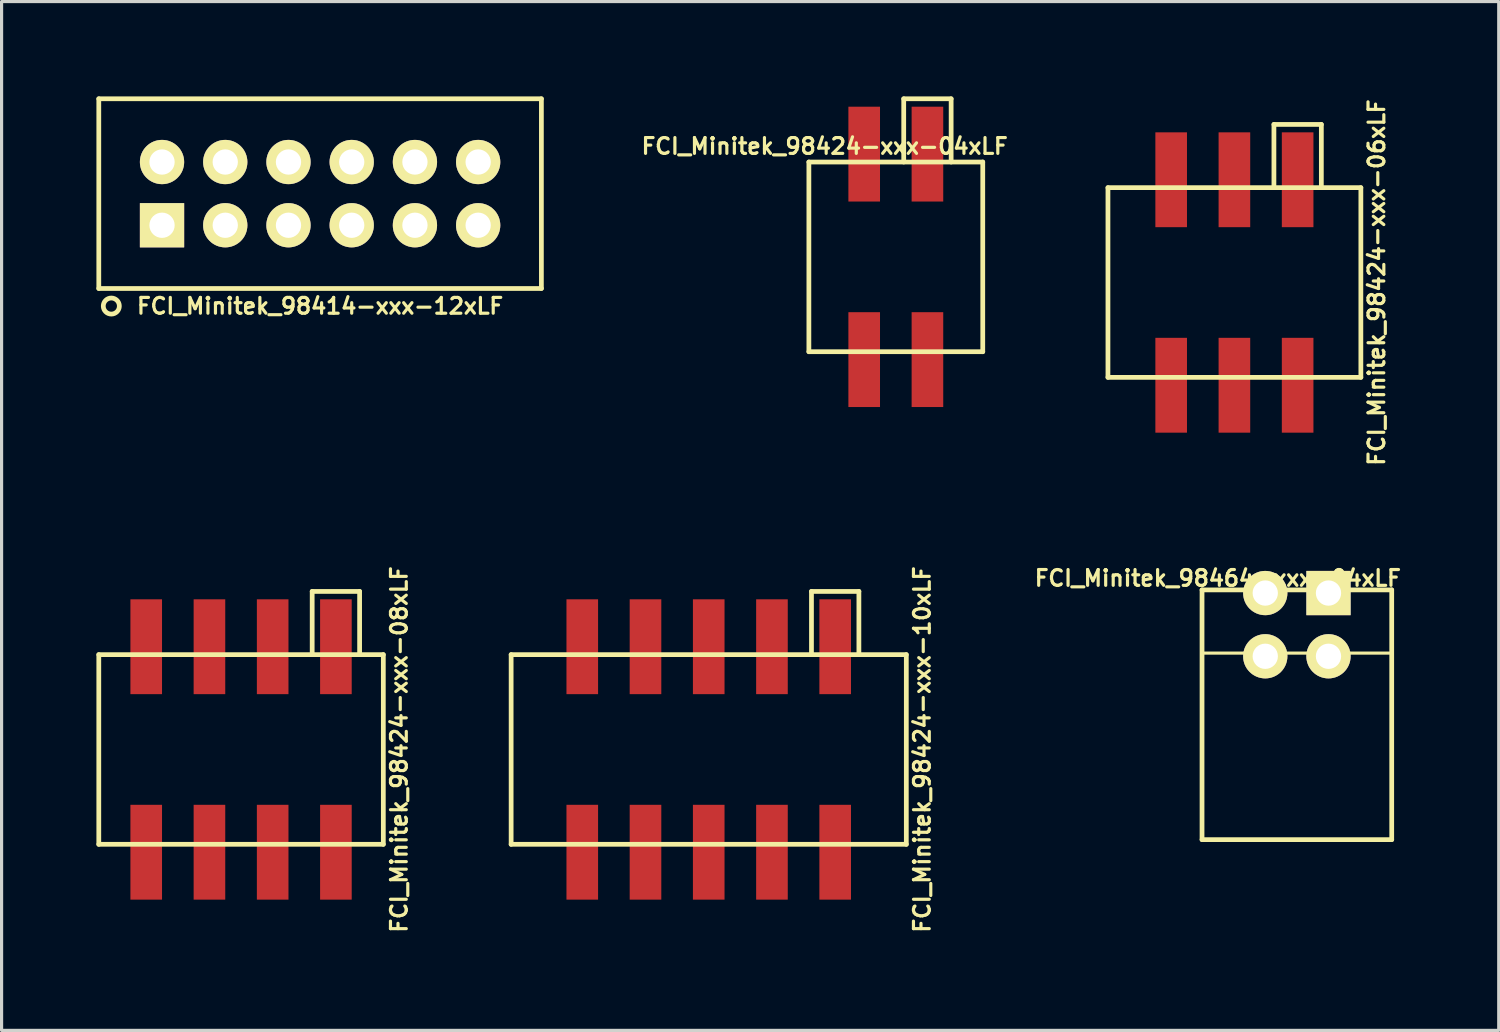
<source format=kicad_pcb>
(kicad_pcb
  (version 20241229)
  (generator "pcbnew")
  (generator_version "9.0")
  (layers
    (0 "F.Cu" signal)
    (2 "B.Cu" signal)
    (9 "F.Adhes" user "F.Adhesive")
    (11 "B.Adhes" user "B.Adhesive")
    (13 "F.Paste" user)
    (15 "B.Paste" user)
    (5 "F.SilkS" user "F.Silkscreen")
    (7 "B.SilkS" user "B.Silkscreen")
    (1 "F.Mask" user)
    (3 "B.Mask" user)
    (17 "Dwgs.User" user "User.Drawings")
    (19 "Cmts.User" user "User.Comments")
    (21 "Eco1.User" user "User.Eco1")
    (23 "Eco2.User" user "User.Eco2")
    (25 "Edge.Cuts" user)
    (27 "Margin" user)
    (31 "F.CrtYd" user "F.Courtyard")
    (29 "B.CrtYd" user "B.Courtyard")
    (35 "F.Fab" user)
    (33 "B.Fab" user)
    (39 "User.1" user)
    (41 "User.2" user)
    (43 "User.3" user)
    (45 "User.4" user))
  (footprint "FCI_Minitek_98464-xxx-04xLF"
    (layer "F.Cu")
    (at 37.972 23.509)
    (property "Reference" "FCI_Minitek_98464-xxx-04xLF" (at -2.5 -8.27 0) (layer "F.SilkS") (effects (font (size 0.5 0.5) (thickness 0.1))))
    (attr through_hole)
    (fp_line (start -3 -7.9) (end 3 -7.9) (stroke (width 0.15) (type solid)) (layer "F.SilkS"))
    (fp_line (start -3 0) (end -3 -7.9) (stroke (width 0.15) (type solid)) (layer "F.SilkS"))
    (fp_line (start 3 -5.9) (end -3 -5.9) (stroke (width 0.1) (type solid)) (layer "F.SilkS"))
    (fp_line (start 3 0) (end -3 0) (stroke (width 0.15) (type solid)) (layer "F.SilkS"))
    (fp_line (start 3 0) (end 3 -7.9) (stroke (width 0.15) (type solid)) (layer "F.SilkS"))
    (pad "1" thru_hole rect (at 1 -7.8 180) (size 1.4 1.4) (drill 0.8) (layers "*.Cu" "*.Mask" "F.SilkS"))
    (pad "2" thru_hole circle (at 1 -5.8 180) (size 1.4 1.4) (drill 0.8) (layers "*.Cu" "*.Mask" "F.SilkS"))
    (pad "3" thru_hole circle (at -1 -7.8 180) (size 1.4 1.4) (drill 0.8) (layers "*.Cu" "*.Mask" "F.SilkS"))
    (pad "4" thru_hole circle (at -1 -5.8 180) (size 1.4 1.4) (drill 0.8) (layers "*.Cu" "*.Mask" "F.SilkS")))
  (footprint "FCI_Minitek_98424-xxx-08xLF"
    (layer "F.Cu")
    (at 4.575 20.657)
    (property "Reference" "FCI_Minitek_98424-xxx-08xLF" (at 5 0 90) (layer "F.SilkS") (effects (font (size 0.5 0.5) (thickness 0.1))))
    (attr through_hole)
    (fp_line (start -4.5 -3) (end -4.5 3) (stroke (width 0.15) (type solid)) (layer "F.SilkS"))
    (fp_line (start -4.5 -3) (end 4.5 -3) (stroke (width 0.15) (type solid)) (layer "F.SilkS"))
    (fp_line (start 2.25 -5) (end 3.75 -5) (stroke (width 0.15) (type solid)) (layer "F.SilkS"))
    (fp_line (start 2.25 -3) (end 2.25 -5) (stroke (width 0.15) (type solid)) (layer "F.SilkS"))
    (fp_line (start 3.75 -5) (end 3.75 -3) (stroke (width 0.15) (type solid)) (layer "F.SilkS"))
    (fp_line (start 4.5 3) (end -4.5 3) (stroke (width 0.15) (type solid)) (layer "F.SilkS"))
    (fp_line (start 4.5 3) (end 4.5 -3) (stroke (width 0.15) (type solid)) (layer "F.SilkS"))
    (pad "1" smd rect (at 3 -3.25 180) (size 1 3) (layers "F.Cu" "F.Mask" "F.Paste"))
    (pad "2" smd rect (at 3 3.25 180) (size 1 3) (layers "F.Cu" "F.Mask" "F.Paste"))
    (pad "3" smd rect (at 1 -3.25 180) (size 1 3) (layers "F.Cu" "F.Mask" "F.Paste"))
    (pad "4" smd rect (at 1 3.25 180) (size 1 3) (layers "F.Cu" "F.Mask" "F.Paste"))
    (pad "5" smd rect (at -1 -3.25 180) (size 1 3) (layers "F.Cu" "F.Mask" "F.Paste"))
    (pad "6" smd rect (at -1 3.25 180) (size 1 3) (layers "F.Cu" "F.Mask" "F.Paste"))
    (pad "7" smd rect (at -3 -3.25 180) (size 1 3) (layers "F.Cu" "F.Mask" "F.Paste"))
    (pad "8" smd rect (at -3 3.25 180) (size 1 3) (layers "F.Cu" "F.Mask" "F.Paste")))
  (footprint "FCI_Minitek_98424-xxx-04xLF"
    (layer "F.Cu")
    (at 25.286 5.075)
    (property "Reference" "FCI_Minitek_98424-xxx-04xLF" (at -2.25 -3.5 0) (layer "F.SilkS") (effects (font (size 0.5 0.5) (thickness 0.1))))
    (attr through_hole)
    (fp_line (start -2.75 -3) (end -2.75 3) (stroke (width 0.15) (type solid)) (layer "F.SilkS"))
    (fp_line (start -2.75 -3) (end 2.75 -3) (stroke (width 0.15) (type solid)) (layer "F.SilkS"))
    (fp_line (start -2.75 3) (end 2.75 3) (stroke (width 0.15) (type solid)) (layer "F.SilkS"))
    (fp_line (start 0.25 -5) (end 0.25 -3) (stroke (width 0.15) (type solid)) (layer "F.SilkS"))
    (fp_line (start 1.75 -5) (end 0.25 -5) (stroke (width 0.15) (type solid)) (layer "F.SilkS"))
    (fp_line (start 1.75 -3) (end 1.75 -5) (stroke (width 0.15) (type solid)) (layer "F.SilkS"))
    (fp_line (start 2.75 3) (end 2.75 -3) (stroke (width 0.15) (type solid)) (layer "F.SilkS"))
    (pad "1" smd rect (at 1 -3.25 180) (size 1 3) (layers "F.Cu" "F.Mask" "F.Paste"))
    (pad "2" smd rect (at 1 3.25 180) (size 1 3) (layers "F.Cu" "F.Mask" "F.Paste"))
    (pad "3" smd rect (at -1 -3.25 180) (size 1 3) (layers "F.Cu" "F.Mask" "F.Paste"))
    (pad "4" smd rect (at -1 3.25 180) (size 1 3) (layers "F.Cu" "F.Mask" "F.Paste")))
  (footprint "FCI_Minitek_98424-xxx-06xLF"
    (layer "F.Cu")
    (at 35.996 5.886)
    (property "Reference" "FCI_Minitek_98424-xxx-06xLF" (at 4.5 0 90) (layer "F.SilkS") (effects (font (size 0.5 0.5) (thickness 0.1))))
    (attr through_hole)
    (fp_line (start -4 -3) (end -4 3) (stroke (width 0.15) (type solid)) (layer "F.SilkS"))
    (fp_line (start -4 3) (end 4 3) (stroke (width 0.15) (type solid)) (layer "F.SilkS"))
    (fp_line (start 1.25 -5) (end 2.75 -5) (stroke (width 0.15) (type solid)) (layer "F.SilkS"))
    (fp_line (start 1.25 -3) (end 1.25 -5) (stroke (width 0.15) (type solid)) (layer "F.SilkS"))
    (fp_line (start 2.75 -5) (end 2.75 -3) (stroke (width 0.15) (type solid)) (layer "F.SilkS"))
    (fp_line (start 4 -3) (end -4 -3) (stroke (width 0.15) (type solid)) (layer "F.SilkS"))
    (fp_line (start 4 3) (end 4 -3) (stroke (width 0.15) (type solid)) (layer "F.SilkS"))
    (pad "1" smd rect (at 2 -3.25 180) (size 1 3) (layers "F.Cu" "F.Mask" "F.Paste"))
    (pad "2" smd rect (at 2 3.25 180) (size 1 3) (layers "F.Cu" "F.Mask" "F.Paste"))
    (pad "3" smd rect (at 0 -3.25 180) (size 1 3) (layers "F.Cu" "F.Mask" "F.Paste"))
    (pad "4" smd rect (at 0 3.25 180) (size 1 3) (layers "F.Cu" "F.Mask" "F.Paste"))
    (pad "5" smd rect (at -2 -3.25 180) (size 1 3) (layers "F.Cu" "F.Mask" "F.Paste"))
    (pad "6" smd rect (at -2 3.25 180) (size 1 3) (layers "F.Cu" "F.Mask" "F.Paste")))
  (footprint "FCI_Minitek_98414-xxx-12xLF"
    (layer "F.Cu")
    (at 7.075 3.075)
    (property "Reference" "FCI_Minitek_98414-xxx-12xLF" (at 0 3.556 0) (layer "F.SilkS") (effects (font (size 0.5 0.5) (thickness 0.1))))
    (attr through_hole)
    (fp_line (start -7 3) (end -7 -3) (stroke (width 0.15) (type solid)) (layer "F.SilkS"))
    (fp_line (start -7 3) (end 7 3) (stroke (width 0.15) (type solid)) (layer "F.SilkS"))
    (fp_line (start 7 -3) (end -7 -3) (stroke (width 0.15) (type solid)) (layer "F.SilkS"))
    (fp_line (start 7 3) (end 7 -3) (stroke (width 0.15) (type solid)) (layer "F.SilkS"))
    (fp_circle (center -6.604 3.556) (end -6.604 3.302) (stroke (width 0.15) (type solid)) (fill no) (layer "F.SilkS"))
    (pad "1" thru_hole rect (at -5 1 180) (size 1.4 1.4) (drill 0.8) (layers "*.Cu" "*.Mask" "F.SilkS"))
    (pad "2" thru_hole circle (at -5 -1 180) (size 1.4 1.4) (drill 0.8) (layers "*.Cu" "*.Mask" "F.SilkS"))
    (pad "3" thru_hole circle (at -3 1 180) (size 1.4 1.4) (drill 0.8) (layers "*.Cu" "*.Mask" "F.SilkS"))
    (pad "4" thru_hole circle (at -3 -1 180) (size 1.4 1.4) (drill 0.8) (layers "*.Cu" "*.Mask" "F.SilkS"))
    (pad "5" thru_hole circle (at -1 1 180) (size 1.4 1.4) (drill 0.8) (layers "*.Cu" "*.Mask" "F.SilkS"))
    (pad "6" thru_hole circle (at -1 -1 180) (size 1.4 1.4) (drill 0.8) (layers "*.Cu" "*.Mask" "F.SilkS"))
    (pad "7" thru_hole circle (at 1 1 180) (size 1.4 1.4) (drill 0.8) (layers "*.Cu" "*.Mask" "F.SilkS"))
    (pad "8" thru_hole circle (at 1 -1 180) (size 1.4 1.4) (drill 0.8) (layers "*.Cu" "*.Mask" "F.SilkS"))
    (pad "9" thru_hole circle (at 3 1 180) (size 1.4 1.4) (drill 0.8) (layers "*.Cu" "*.Mask" "F.SilkS"))
    (pad "10" thru_hole circle (at 3 -1 180) (size 1.4 1.4) (drill 0.8) (layers "*.Cu" "*.Mask" "F.SilkS"))
    (pad "11" thru_hole circle (at 5 1 180) (size 1.4 1.4) (drill 0.8) (layers "*.Cu" "*.Mask" "F.SilkS"))
    (pad "12" thru_hole circle (at 5 -1 180) (size 1.4 1.4) (drill 0.8) (layers "*.Cu" "*.Mask" "F.SilkS")))
  (footprint "FCI_Minitek_98424-xxx-10xLF"
    (layer "F.Cu")
    (at 19.368 20.657)
    (property "Reference" "FCI_Minitek_98424-xxx-10xLF" (at 6.75 0 90) (layer "F.SilkS") (effects (font (size 0.5 0.5) (thickness 0.1))))
    (attr through_hole)
    (fp_line (start -6.25 -3) (end -6.25 3) (stroke (width 0.15) (type solid)) (layer "F.SilkS"))
    (fp_line (start -6.25 3) (end 6.25 3) (stroke (width 0.15) (type solid)) (layer "F.SilkS"))
    (fp_line (start 3.25 -5) (end 4.75 -5) (stroke (width 0.15) (type solid)) (layer "F.SilkS"))
    (fp_line (start 3.25 -3) (end 3.25 -5) (stroke (width 0.15) (type solid)) (layer "F.SilkS"))
    (fp_line (start 4.75 -5) (end 4.75 -3) (stroke (width 0.15) (type solid)) (layer "F.SilkS"))
    (fp_line (start 6.25 -3) (end -6.25 -3) (stroke (width 0.15) (type solid)) (layer "F.SilkS"))
    (fp_line (start 6.25 3) (end 6.25 -3) (stroke (width 0.15) (type solid)) (layer "F.SilkS"))
    (pad "1" smd rect (at 4 -3.25 180) (size 1 3) (layers "F.Cu" "F.Mask" "F.Paste"))
    (pad "2" smd rect (at 4 3.25 180) (size 1 3) (layers "F.Cu" "F.Mask" "F.Paste"))
    (pad "3" smd rect (at 2 -3.25 180) (size 1 3) (layers "F.Cu" "F.Mask" "F.Paste"))
    (pad "4" smd rect (at 2 3.25 180) (size 1 3) (layers "F.Cu" "F.Mask" "F.Paste"))
    (pad "5" smd rect (at 0 -3.25 180) (size 1 3) (layers "F.Cu" "F.Mask" "F.Paste"))
    (pad "6" smd rect (at 0 3.25 180) (size 1 3) (layers "F.Cu" "F.Mask" "F.Paste"))
    (pad "7" smd rect (at -2 -3.25 180) (size 1 3) (layers "F.Cu" "F.Mask" "F.Paste"))
    (pad "8" smd rect (at -2 3.25 180) (size 1 3) (layers "F.Cu" "F.Mask" "F.Paste"))
    (pad "9" smd rect (at -4 -3.25 180) (size 1 3) (layers "F.Cu" "F.Mask" "F.Paste"))
    (pad "10" smd rect (at -4 3.25 180) (size 1 3) (layers "F.Cu" "F.Mask" "F.Paste")))
  (gr_rect
    (start -3 -3)
    (end 44.357 29.543)
    (stroke (width 0.1) (type default))
    (fill no)
    (layer "Edge.Cuts")))
</source>
